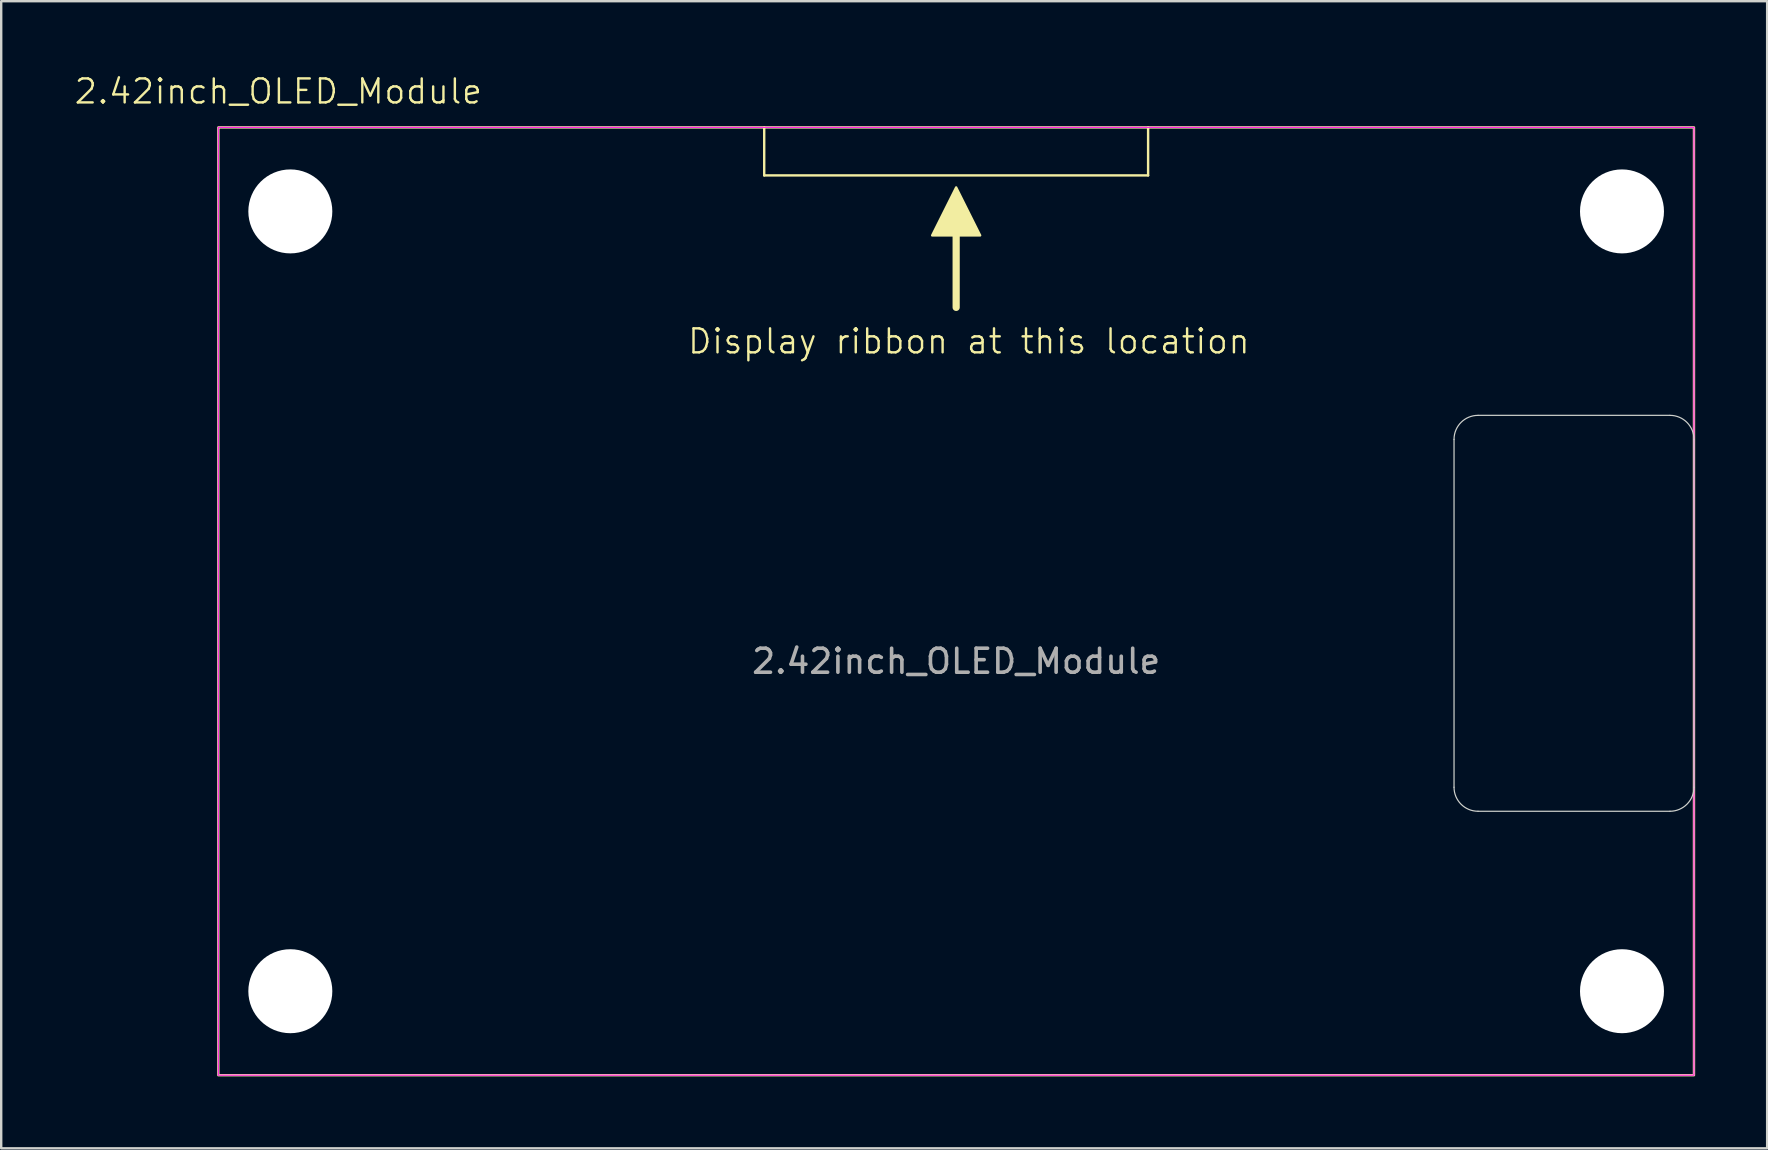
<source format=kicad_pcb>
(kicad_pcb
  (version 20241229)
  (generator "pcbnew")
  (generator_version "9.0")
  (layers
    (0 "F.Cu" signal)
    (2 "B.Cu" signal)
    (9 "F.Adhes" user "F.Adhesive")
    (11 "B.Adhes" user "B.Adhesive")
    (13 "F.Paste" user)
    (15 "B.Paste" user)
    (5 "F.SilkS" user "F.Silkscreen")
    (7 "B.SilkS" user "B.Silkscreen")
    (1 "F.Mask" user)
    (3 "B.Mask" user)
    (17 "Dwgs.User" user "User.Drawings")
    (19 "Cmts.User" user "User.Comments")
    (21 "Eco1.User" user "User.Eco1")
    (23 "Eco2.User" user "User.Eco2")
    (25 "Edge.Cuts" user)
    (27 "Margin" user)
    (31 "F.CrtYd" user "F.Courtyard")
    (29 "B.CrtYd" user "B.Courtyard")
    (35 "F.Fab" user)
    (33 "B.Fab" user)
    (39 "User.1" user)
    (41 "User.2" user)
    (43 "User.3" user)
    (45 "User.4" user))
  (footprint "2.42inch_OLED_Module"
    (layer "F.Cu")
    (at 36.8 22.011)
    (property "Reference" "2.42inch_OLED_Module" (at -28.25 -21.25 0) (unlocked yes) (layer "F.SilkS") (effects (font (size 1 1) (thickness 0.1))))
    (fp_line (start -8 -17.75) (end -8 -19.75) (stroke (width 0.1) (type default)) (layer "F.SilkS"))
    (fp_line (start -8 -17.75) (end 8 -17.75) (stroke (width 0.1) (type default)) (layer "F.SilkS"))
    (fp_line (start 0 -15.75) (end 0 -12.25) (stroke (width 0.3) (type default)) (layer "F.SilkS"))
    (fp_line (start 8 -17.75) (end 8 -19.75) (stroke (width 0.1) (type default)) (layer "F.SilkS"))
    (fp_rect (start -30.75 -19.75) (end 30.75 19.75) (stroke (width 0.1) (type default)) (fill no) (layer "F.SilkS"))
    (fp_poly (pts (xy -1 -15.25) (xy 0 -17.25) (xy 1 -15.25)) (stroke (width 0.1) (type solid)) (fill yes) (layer "F.SilkS"))
    (fp_line (start 20.75 -6.75) (end 20.75 7.75) (stroke (width 0.05) (type default)) (layer "Edge.Cuts"))
    (fp_line (start 29.75 -7.75) (end 21.75 -7.75) (stroke (width 0.05) (type default)) (layer "Edge.Cuts"))
    (fp_line (start 29.75 8.75) (end 21.75 8.75) (stroke (width 0.05) (type default)) (layer "Edge.Cuts"))
    (fp_line (start 30.75 -6.75) (end 30.75 7.75) (stroke (width 0.05) (type default)) (layer "Edge.Cuts"))
    (fp_arc (start 20.75 -6.75) (mid 21.042893 -7.457107) (end 21.75 -7.75) (stroke (width 0.05) (type default)) (layer "Edge.Cuts"))
    (fp_arc (start 21.75 8.75) (mid 21.042893 8.457107) (end 20.75 7.75) (stroke (width 0.05) (type default)) (layer "Edge.Cuts"))
    (fp_arc (start 29.75 -7.75) (mid 30.457107 -7.457107) (end 30.75 -6.75) (stroke (width 0.05) (type default)) (layer "Edge.Cuts"))
    (fp_arc (start 30.75 7.75) (mid 30.457107 8.457107) (end 29.75 8.75) (stroke (width 0.05) (type default)) (layer "Edge.Cuts"))
    (fp_rect (start -30.75 -19.75) (end 30.75 19.75) (stroke (width 0.05) (type default)) (fill no) (layer "F.CrtYd"))
    (fp_text user "Display ribbon at this location" (at -11.25 -10.25 0) (unlocked yes) (layer "F.SilkS") (effects (font (size 1 1) (thickness 0.1)) (justify left bottom)))
    (fp_text user "${REFERENCE}" (at 0 2.5 0) (unlocked yes) (layer "F.Fab") (effects (font (size 1 1) (thickness 0.15))))
    (pad "" np_thru_hole circle (at -27.75 -16.25) (size 3.5 3.5) (drill 3.5) (layers "*.Cu" "*.Mask"))
    (pad "" np_thru_hole circle (at -27.75 16.25) (size 3.5 3.5) (drill 3.5) (layers "*.Cu" "*.Mask"))
    (pad "" np_thru_hole circle (at 27.75 -16.25) (size 3.5 3.5) (drill 3.5) (layers "*.Cu" "*.Mask"))
    (pad "" np_thru_hole circle (at 27.75 16.25) (size 3.5 3.5) (drill 3.5) (layers "*.Cu" "*.Mask")))
  (gr_rect
    (start -3 -3)
    (end 70.6 44.81)
    (stroke (width 0.1) (type default))
    (fill no)
    (layer "Edge.Cuts")))
</source>
